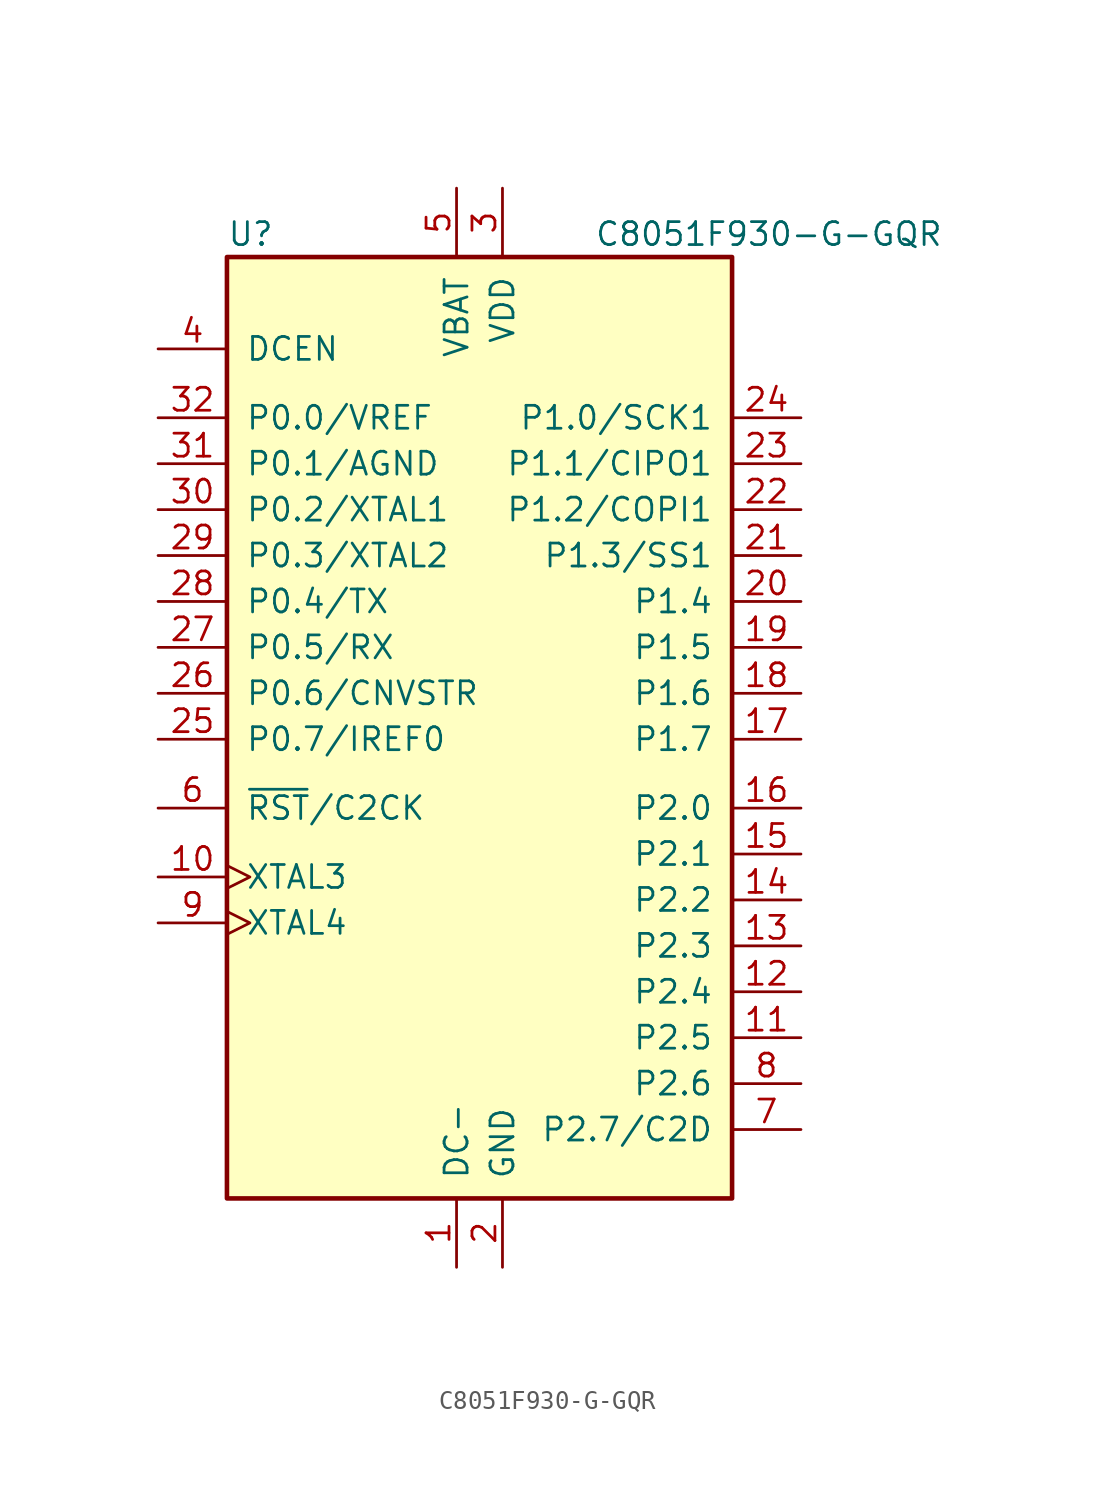
<source format=kicad_sym>
(kicad_symbol_lib
  (version 20220914)
  (generator kicad_symbol_editor)
  (symbol "C8051F930-G-GQR"
    (pin_names
      (offset 1.016))
    (property "Reference" "U"
      (at -13.97 15.24 0)
      (effects (font (size 1.27 1.27)) (justify left)))
    (property "Value" "C8051F930-G-GQR"
      (at 6.35 15.24 0)
      (effects (font (size 1.27 1.27)) (justify left)))
    (symbol "C8051F930-G-GQR_0_1"
      (rectangle (start -13.97 13.97) (end 13.97 -38.1) (stroke (width 0.254) (type default)) (fill (type background))))
    (symbol "C8051F930-G-GQR_1_1"
      (pin power_in line (at -1.27 -41.91 90) (length 3.81) (name "DC-" (effects (font (size 1.27 1.27)))) (number "1" (effects (font (size 1.27 1.27)))))
      (pin input clock (at -17.78 -20.32 0) (length 3.81) (name "XTAL3" (effects (font (size 1.27 1.27)))) (number "10" (effects (font (size 1.27 1.27)))))
      (pin bidirectional line (at 17.78 -29.21 180) (length 3.81) (name "P2.5" (effects (font (size 1.27 1.27)))) (number "11" (effects (font (size 1.27 1.27)))))
      (pin bidirectional line (at 17.78 -26.67 180) (length 3.81) (name "P2.4" (effects (font (size 1.27 1.27)))) (number "12" (effects (font (size 1.27 1.27)))))
      (pin bidirectional line (at 17.78 -24.13 180) (length 3.81) (name "P2.3" (effects (font (size 1.27 1.27)))) (number "13" (effects (font (size 1.27 1.27)))))
      (pin bidirectional line (at 17.78 -21.59 180) (length 3.81) (name "P2.2" (effects (font (size 1.27 1.27)))) (number "14" (effects (font (size 1.27 1.27)))))
      (pin bidirectional line (at 17.78 -19.05 180) (length 3.81) (name "P2.1" (effects (font (size 1.27 1.27)))) (number "15" (effects (font (size 1.27 1.27)))))
      (pin bidirectional line (at 17.78 -16.51 180) (length 3.81) (name "P2.0" (effects (font (size 1.27 1.27)))) (number "16" (effects (font (size 1.27 1.27)))))
      (pin bidirectional line (at 17.78 -12.7 180) (length 3.81) (name "P1.7" (effects (font (size 1.27 1.27)))) (number "17" (effects (font (size 1.27 1.27)))))
      (pin bidirectional line (at 17.78 -10.16 180) (length 3.81) (name "P1.6" (effects (font (size 1.27 1.27)))) (number "18" (effects (font (size 1.27 1.27)))))
      (pin bidirectional line (at 17.78 -7.62 180) (length 3.81) (name "P1.5" (effects (font (size 1.27 1.27)))) (number "19" (effects (font (size 1.27 1.27)))))
      (pin power_in line (at 1.27 -41.91 90) (length 3.81) (name "GND" (effects (font (size 1.27 1.27)))) (number "2" (effects (font (size 1.27 1.27)))))
      (pin bidirectional line (at 17.78 -5.08 180) (length 3.81) (name "P1.4" (effects (font (size 1.27 1.27)))) (number "20" (effects (font (size 1.27 1.27)))))
      (pin bidirectional line (at 17.78 -2.54 180) (length 3.81) (name "P1.3/SS1" (effects (font (size 1.27 1.27)))) (number "21" (effects (font (size 1.27 1.27)))))
      (pin bidirectional line (at 17.78 0 180) (length 3.81) (name "P1.2/COPI1" (effects (font (size 1.27 1.27)))) (number "22" (effects (font (size 1.27 1.27)))))
      (pin bidirectional line (at 17.78 2.54 180) (length 3.81) (name "P1.1/CIPO1" (effects (font (size 1.27 1.27)))) (number "23" (effects (font (size 1.27 1.27)))))
      (pin bidirectional line (at 17.78 5.08 180) (length 3.81) (name "P1.0/SCK1" (effects (font (size 1.27 1.27)))) (number "24" (effects (font (size 1.27 1.27)))))
      (pin bidirectional line (at -17.78 -12.7 0) (length 3.81) (name "P0.7/IREF0" (effects (font (size 1.27 1.27)))) (number "25" (effects (font (size 1.27 1.27)))))
      (pin bidirectional line (at -17.78 -10.16 0) (length 3.81) (name "P0.6/CNVSTR" (effects (font (size 1.27 1.27)))) (number "26" (effects (font (size 1.27 1.27)))))
      (pin bidirectional line (at -17.78 -7.62 0) (length 3.81) (name "P0.5/RX" (effects (font (size 1.27 1.27)))) (number "27" (effects (font (size 1.27 1.27)))))
      (pin bidirectional line (at -17.78 -5.08 0) (length 3.81) (name "P0.4/TX" (effects (font (size 1.27 1.27)))) (number "28" (effects (font (size 1.27 1.27)))))
      (pin bidirectional line (at -17.78 -2.54 0) (length 3.81) (name "P0.3/XTAL2" (effects (font (size 1.27 1.27)))) (number "29" (effects (font (size 1.27 1.27)))))
      (pin power_in line (at 1.27 17.78 270) (length 3.81) (name "VDD" (effects (font (size 1.27 1.27)))) (number "3" (effects (font (size 1.27 1.27)))))
      (pin bidirectional line (at -17.78 0 0) (length 3.81) (name "P0.2/XTAL1" (effects (font (size 1.27 1.27)))) (number "30" (effects (font (size 1.27 1.27)))))
      (pin bidirectional line (at -17.78 2.54 0) (length 3.81) (name "P0.1/AGND" (effects (font (size 1.27 1.27)))) (number "31" (effects (font (size 1.27 1.27)))))
      (pin bidirectional line (at -17.78 5.08 0) (length 3.81) (name "P0.0/VREF" (effects (font (size 1.27 1.27)))) (number "32" (effects (font (size 1.27 1.27)))))
      (pin input line (at -17.78 8.89 0) (length 3.81) (name "DCEN" (effects (font (size 1.27 1.27)))) (number "4" (effects (font (size 1.27 1.27)))))
      (pin power_in line (at -1.27 17.78 270) (length 3.81) (name "VBAT" (effects (font (size 1.27 1.27)))) (number "5" (effects (font (size 1.27 1.27)))))
      (pin input line (at -17.78 -16.51 0) (length 3.81) (name "~{RST}/C2CK" (effects (font (size 1.27 1.27)))) (number "6" (effects (font (size 1.27 1.27)))))
      (pin bidirectional line (at 17.78 -34.29 180) (length 3.81) (name "P2.7/C2D" (effects (font (size 1.27 1.27)))) (number "7" (effects (font (size 1.27 1.27)))))
      (pin bidirectional line (at 17.78 -31.75 180) (length 3.81) (name "P2.6" (effects (font (size 1.27 1.27)))) (number "8" (effects (font (size 1.27 1.27)))))
      (pin passive clock (at -17.78 -22.86 0) (length 3.81) (name "XTAL4" (effects (font (size 1.27 1.27)))) (number "9" (effects (font (size 1.27 1.27))))))))
</source>
